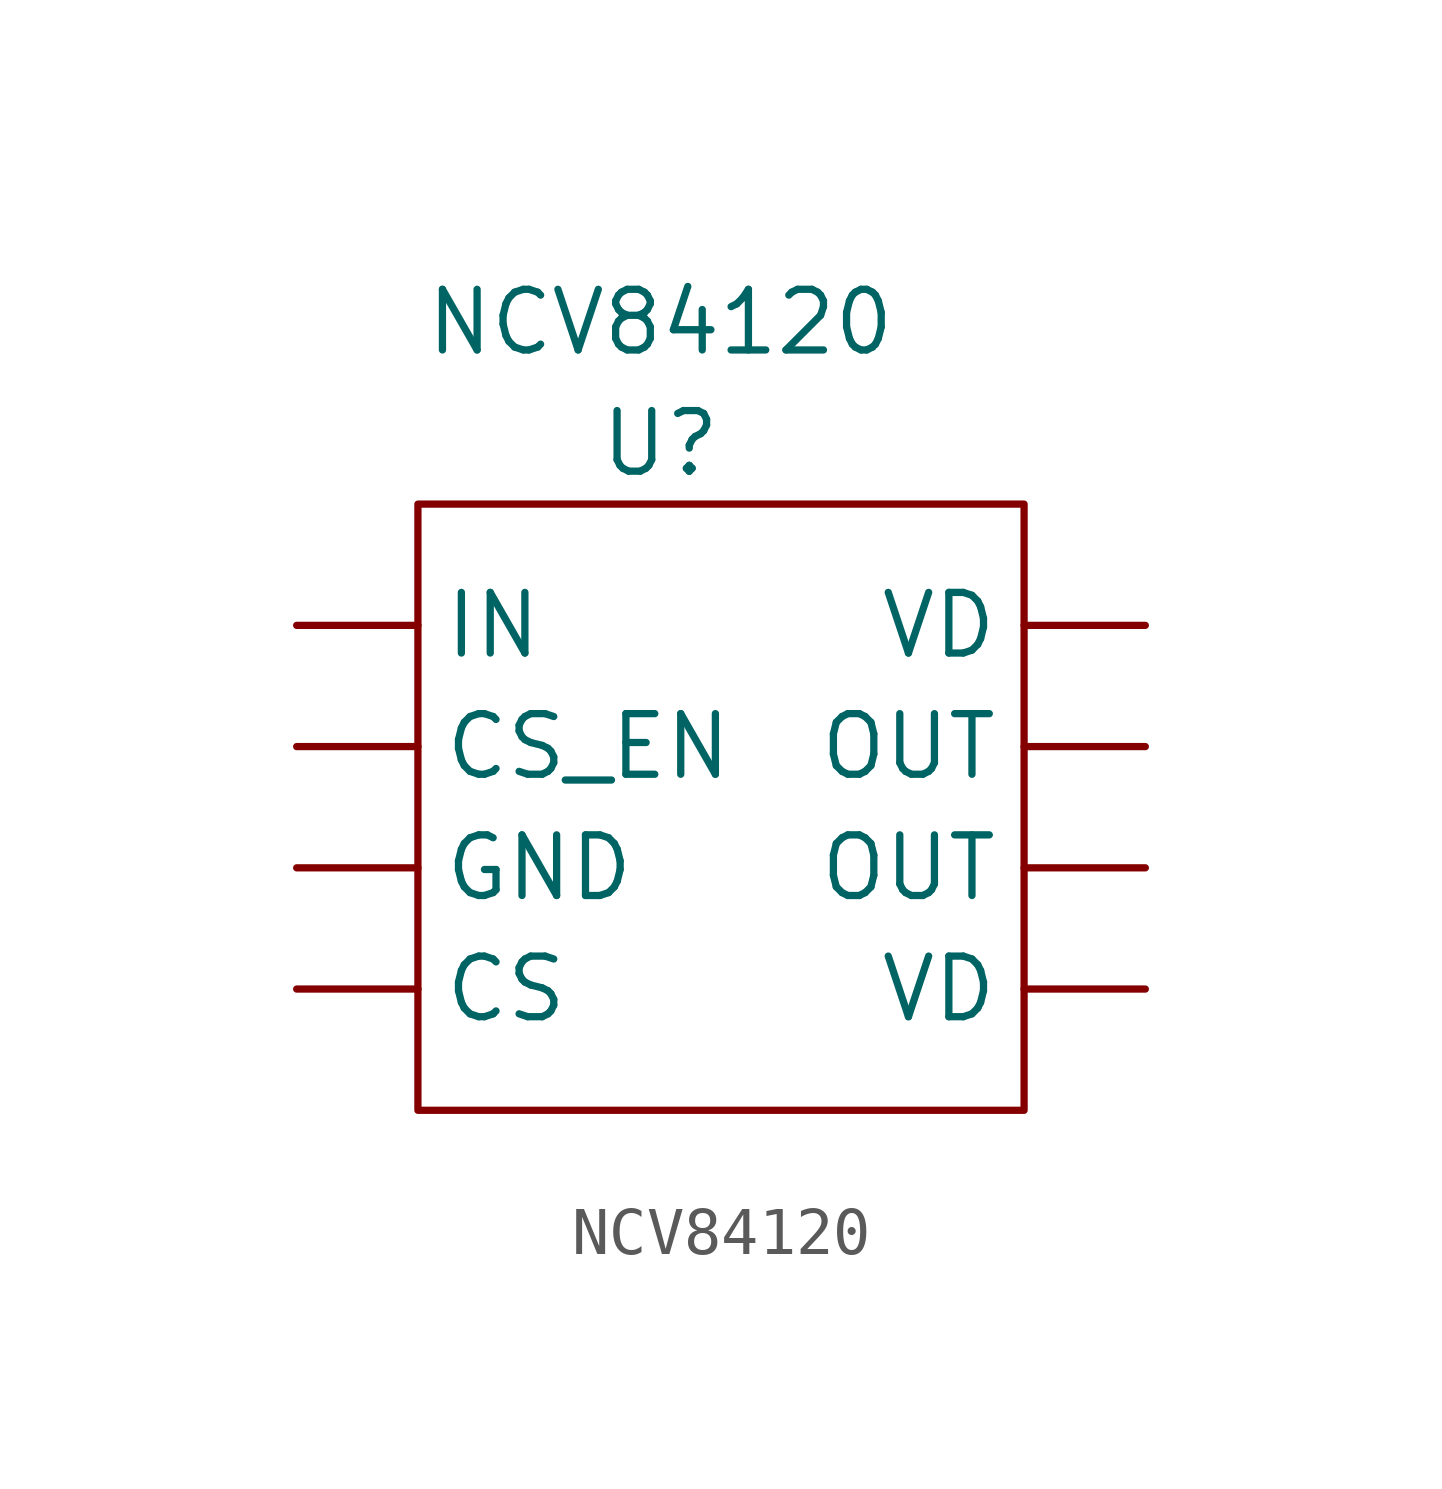
<source format=kicad_sym>
(kicad_symbol_lib
  (version 20211014)
  (generator kicad_symbol_editor)
  (symbol "NCV84120"
    (property "Reference" "U"
      (at 0 5.08 0)
      (effects (font (size 1.27 1.27))))
    (property "Value" "NCV84120"
      (at 0 7.62 0)
      (effects (font (size 1.27 1.27))))
    (symbol "NCV84120_0_1"
      (polyline (pts (xy -5.08 3.81) (xy -5.08 -8.89) (xy 7.62 -8.89) (xy 7.62 3.81) (xy -5.08 3.81)) (stroke (width 0) (type default) (color 0 0 0 0)) (fill (type none))))
    (symbol "NCV84120_1_1"
      (pin input line (at -7.62 -6.35 0) (length 2.54) (name "CS" (effects (font (size 1.27 1.27)))) (number "" (effects (font (size 1.27 1.27)))))
      (pin input line (at -7.62 -1.27 0) (length 2.54) (name "CS_EN" (effects (font (size 1.27 1.27)))) (number "" (effects (font (size 1.27 1.27)))))
      (pin input line (at -7.62 -3.81 0) (length 2.54) (name "GND" (effects (font (size 1.27 1.27)))) (number "" (effects (font (size 1.27 1.27)))))
      (pin input line (at -7.62 1.27 0) (length 2.54) (name "IN" (effects (font (size 1.27 1.27)))) (number "" (effects (font (size 1.27 1.27)))))
      (pin input line (at 10.16 -3.81 180) (length 2.54) (name "OUT" (effects (font (size 1.27 1.27)))) (number "" (effects (font (size 1.27 1.27)))))
      (pin input line (at 10.16 -1.27 180) (length 2.54) (name "OUT" (effects (font (size 1.27 1.27)))) (number "" (effects (font (size 1.27 1.27)))))
      (pin input line (at 10.16 -6.35 180) (length 2.54) (name "VD" (effects (font (size 1.27 1.27)))) (number "" (effects (font (size 1.27 1.27)))))
      (pin input line (at 10.16 1.27 180) (length 2.54) (name "VD" (effects (font (size 1.27 1.27)))) (number "" (effects (font (size 1.27 1.27))))))))
</source>
